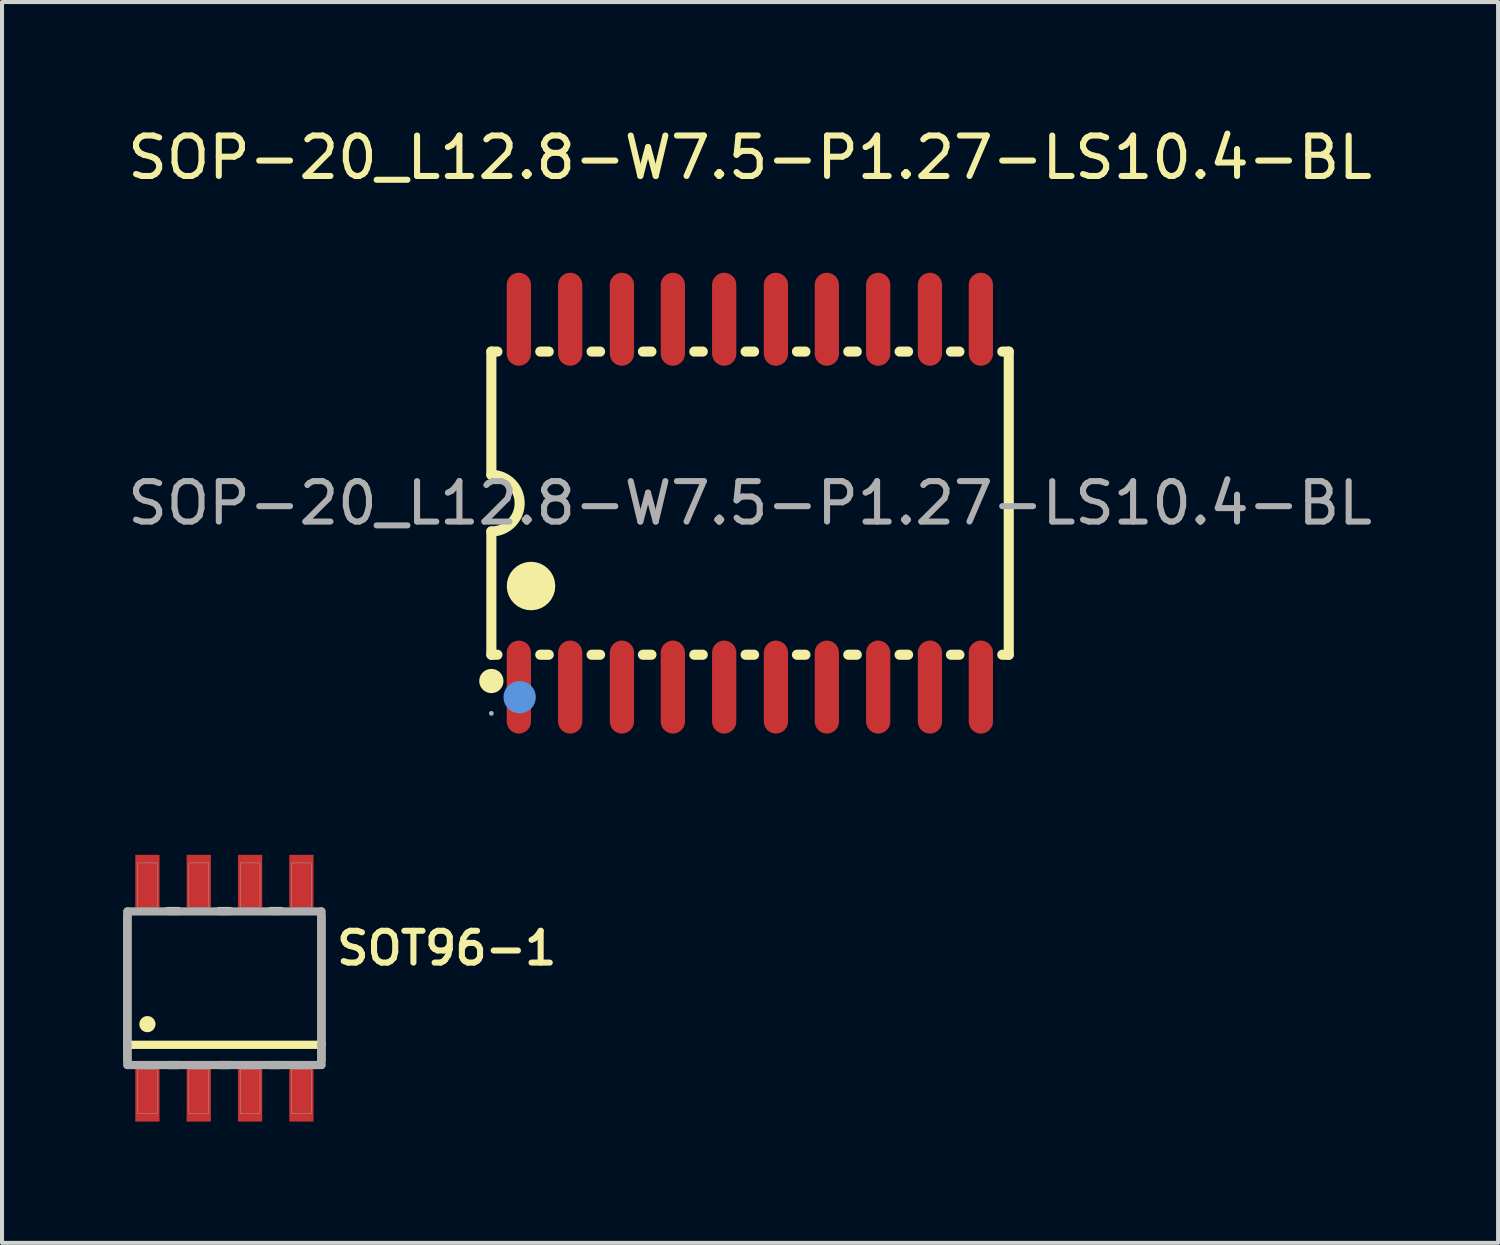
<source format=kicad_pcb>
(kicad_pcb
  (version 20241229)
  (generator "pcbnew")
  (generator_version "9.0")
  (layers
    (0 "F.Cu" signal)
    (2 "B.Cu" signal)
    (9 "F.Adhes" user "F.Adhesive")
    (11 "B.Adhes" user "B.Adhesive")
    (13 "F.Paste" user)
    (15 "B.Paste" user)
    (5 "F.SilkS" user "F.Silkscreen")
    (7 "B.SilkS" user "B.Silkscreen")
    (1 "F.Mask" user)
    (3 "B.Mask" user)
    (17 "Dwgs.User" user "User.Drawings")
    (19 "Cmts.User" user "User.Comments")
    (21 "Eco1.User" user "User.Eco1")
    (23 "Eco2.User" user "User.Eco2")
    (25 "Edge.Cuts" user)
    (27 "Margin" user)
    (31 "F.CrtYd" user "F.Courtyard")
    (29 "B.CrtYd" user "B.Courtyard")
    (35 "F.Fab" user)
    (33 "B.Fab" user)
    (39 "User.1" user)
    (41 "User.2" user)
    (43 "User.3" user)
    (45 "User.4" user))
  (footprint "SOP-20_L12.8-W7.5-P1.27-LS10.4-BL"
    (layer "F.Cu")
    (at 15.506 9.398)
    (property "Reference" "SOP-20_L12.8-W7.5-P1.27-LS10.4-BL" (at 0 -8.55 0) (layer "F.SilkS") (effects (font (size 1 1) (thickness 0.15))))
    (attr smd)
    (fp_line (start -6.4 -3.75) (end -6.4 -0.7) (stroke (width 0.25) (type solid)) (layer "F.SilkS"))
    (fp_line (start -6.4 -3.75) (end -6.25 -3.75) (stroke (width 0.25) (type solid)) (layer "F.SilkS"))
    (fp_line (start -6.4 3.75) (end -6.4 0.7) (stroke (width 0.25) (type solid)) (layer "F.SilkS"))
    (fp_line (start -6.25 3.75) (end -6.4 3.75) (stroke (width 0.25) (type solid)) (layer "F.SilkS"))
    (fp_line (start -5.19 -3.75) (end -4.98 -3.75) (stroke (width 0.25) (type solid)) (layer "F.SilkS"))
    (fp_line (start -4.98 3.75) (end -5.19 3.75) (stroke (width 0.25) (type solid)) (layer "F.SilkS"))
    (fp_line (start -3.92 -3.75) (end -3.71 -3.75) (stroke (width 0.25) (type solid)) (layer "F.SilkS"))
    (fp_line (start -3.71 3.75) (end -3.92 3.75) (stroke (width 0.25) (type solid)) (layer "F.SilkS"))
    (fp_line (start -2.65 -3.75) (end -2.44 -3.75) (stroke (width 0.25) (type solid)) (layer "F.SilkS"))
    (fp_line (start -2.44 3.75) (end -2.65 3.75) (stroke (width 0.25) (type solid)) (layer "F.SilkS"))
    (fp_line (start -1.38 -3.75) (end -1.17 -3.75) (stroke (width 0.25) (type solid)) (layer "F.SilkS"))
    (fp_line (start -1.17 3.75) (end -1.38 3.75) (stroke (width 0.25) (type solid)) (layer "F.SilkS"))
    (fp_line (start -0.11 -3.75) (end 0.1 -3.75) (stroke (width 0.25) (type solid)) (layer "F.SilkS"))
    (fp_line (start 0.1 3.75) (end -0.11 3.75) (stroke (width 0.25) (type solid)) (layer "F.SilkS"))
    (fp_line (start 1.16 -3.75) (end 1.37 -3.75) (stroke (width 0.25) (type solid)) (layer "F.SilkS"))
    (fp_line (start 1.37 3.75) (end 1.16 3.75) (stroke (width 0.25) (type solid)) (layer "F.SilkS"))
    (fp_line (start 2.43 -3.75) (end 2.64 -3.75) (stroke (width 0.25) (type solid)) (layer "F.SilkS"))
    (fp_line (start 2.64 3.75) (end 2.43 3.75) (stroke (width 0.25) (type solid)) (layer "F.SilkS"))
    (fp_line (start 3.7 -3.75) (end 3.91 -3.75) (stroke (width 0.25) (type solid)) (layer "F.SilkS"))
    (fp_line (start 3.91 3.75) (end 3.7 3.75) (stroke (width 0.25) (type solid)) (layer "F.SilkS"))
    (fp_line (start 4.97 -3.75) (end 5.18 -3.75) (stroke (width 0.25) (type solid)) (layer "F.SilkS"))
    (fp_line (start 5.18 3.75) (end 4.97 3.75) (stroke (width 0.25) (type solid)) (layer "F.SilkS"))
    (fp_line (start 6.24 -3.75) (end 6.4 -3.75) (stroke (width 0.25) (type solid)) (layer "F.SilkS"))
    (fp_line (start 6.4 -3.75) (end 6.4 3.75) (stroke (width 0.25) (type solid)) (layer "F.SilkS"))
    (fp_line (start 6.4 3.75) (end 6.24 3.75) (stroke (width 0.25) (type solid)) (layer "F.SilkS"))
    (fp_arc (start -6.4 -0.7) (mid -5.7 0) (end -6.4 0.7) (stroke (width 0.25) (type solid)) (layer "F.SilkS"))
    (fp_arc (start -6.4 4.4) (mid -6.4 4.4) (end -6.4 4.4) (stroke (width 0.3) (type solid)) (layer "F.SilkS"))
    (fp_arc (start -5.42 1.75) (mid -5.415 2.349958) (end -5.429999 1.750167) (stroke (width 0.6) (type solid)) (layer "F.SilkS"))
    (fp_circle (center -5.7 4.8) (end -5.5 4.8) (stroke (width 0.4) (type solid)) (fill no) (layer "Cmts.User"))
    (fp_circle (center -6.4 5.2) (end -6.37 5.2) (stroke (width 0.06) (type solid)) (fill no) (layer "F.Fab"))
    (fp_text user "${REFERENCE}" (at 0 0 0) (layer "F.Fab") (effects (font (size 1 1) (thickness 0.15))))
    (pad "1" smd oval (at -5.72 4.55 180) (size 0.6 2.3) (layers "F.Cu" "F.Mask" "F.Paste"))
    (pad "2" smd oval (at -4.45 4.55 180) (size 0.6 2.3) (layers "F.Cu" "F.Mask" "F.Paste"))
    (pad "3" smd oval (at -3.17 4.55 180) (size 0.6 2.3) (layers "F.Cu" "F.Mask" "F.Paste"))
    (pad "4" smd oval (at -1.91 4.55 180) (size 0.6 2.3) (layers "F.Cu" "F.Mask" "F.Paste"))
    (pad "5" smd oval (at -0.64 4.55 180) (size 0.6 2.3) (layers "F.Cu" "F.Mask" "F.Paste"))
    (pad "6" smd oval (at 0.64 4.55 180) (size 0.6 2.3) (layers "F.Cu" "F.Mask" "F.Paste"))
    (pad "7" smd oval (at 1.9 4.55 180) (size 0.6 2.3) (layers "F.Cu" "F.Mask" "F.Paste"))
    (pad "8" smd oval (at 3.17 4.55 180) (size 0.6 2.3) (layers "F.Cu" "F.Mask" "F.Paste"))
    (pad "9" smd oval (at 4.45 4.55 180) (size 0.6 2.3) (layers "F.Cu" "F.Mask" "F.Paste"))
    (pad "10" smd oval (at 5.71 4.55 180) (size 0.6 2.3) (layers "F.Cu" "F.Mask" "F.Paste"))
    (pad "11" smd oval (at 5.71 -4.55 180) (size 0.6 2.3) (layers "F.Cu" "F.Mask" "F.Paste"))
    (pad "12" smd oval (at 4.45 -4.55 180) (size 0.6 2.3) (layers "F.Cu" "F.Mask" "F.Paste"))
    (pad "13" smd oval (at 3.17 -4.55 180) (size 0.6 2.3) (layers "F.Cu" "F.Mask" "F.Paste"))
    (pad "14" smd oval (at 1.9 -4.55 180) (size 0.6 2.3) (layers "F.Cu" "F.Mask" "F.Paste"))
    (pad "15" smd oval (at 0.64 -4.55 180) (size 0.6 2.3) (layers "F.Cu" "F.Mask" "F.Paste"))
    (pad "16" smd oval (at -0.64 -4.55 180) (size 0.6 2.3) (layers "F.Cu" "F.Mask" "F.Paste"))
    (pad "17" smd oval (at -1.91 -4.55 180) (size 0.6 2.3) (layers "F.Cu" "F.Mask" "F.Paste"))
    (pad "18" smd oval (at -3.17 -4.55 180) (size 0.6 2.3) (layers "F.Cu" "F.Mask" "F.Paste"))
    (pad "19" smd oval (at -4.45 -4.55 180) (size 0.6 2.3) (layers "F.Cu" "F.Mask" "F.Paste"))
    (pad "20" smd oval (at -5.72 -4.55 180) (size 0.6 2.3) (layers "F.Cu" "F.Mask" "F.Paste")))
  (footprint "SOT96-1"
    (layer "F.Cu")
    (at 2.502 21.398)
    (property "Reference" "SOT96-1" (at 5.5 -0.99 0) (layer "F.SilkS") (effects (font (size 0.787 0.787) (thickness 0.15))))
    (attr smd)
    (fp_line (start -2.4 1.4) (end -2.4 -1.8) (stroke (width 0.203) (type solid)) (layer "F.SilkS"))
    (fp_line (start -2.4 1.4) (end -2.4 1.8) (stroke (width 0.203) (type solid)) (layer "F.SilkS"))
    (fp_line (start -1.397 -1.91) (end -1.143 -1.91) (stroke (width 0.203) (type solid)) (layer "F.SilkS"))
    (fp_line (start -1.397 1.9) (end -1.143 1.9) (stroke (width 0.203) (type solid)) (layer "F.SilkS"))
    (fp_line (start -0.127 -1.91) (end 0.127 -1.91) (stroke (width 0.203) (type solid)) (layer "F.SilkS"))
    (fp_line (start -0.127 1.9) (end 0.127 1.9) (stroke (width 0.203) (type solid)) (layer "F.SilkS"))
    (fp_line (start 1.143 -1.91) (end 1.397 -1.91) (stroke (width 0.203) (type solid)) (layer "F.SilkS"))
    (fp_line (start 1.143 1.9) (end 1.397 1.9) (stroke (width 0.203) (type solid)) (layer "F.SilkS"))
    (fp_line (start 2.4 -1.8) (end 2.4 1.4) (stroke (width 0.203) (type solid)) (layer "F.SilkS"))
    (fp_line (start 2.4 1.4) (end -2.4 1.4) (stroke (width 0.203) (type solid)) (layer "F.SilkS"))
    (fp_line (start 2.4 1.4) (end 2.4 1.8) (stroke (width 0.203) (type solid)) (layer "F.SilkS"))
    (fp_circle (center -1.905 0.889) (end -1.705 0.889) (stroke (width 0) (type solid)) (fill yes) (layer "F.SilkS"))
    (fp_line (start -2.4 -1.9) (end 2.4 -1.9) (stroke (width 0.203) (type solid)) (layer "F.Fab"))
    (fp_line (start -2.4 1.4) (end -2.4 -1.9) (stroke (width 0.203) (type solid)) (layer "F.Fab"))
    (fp_line (start -2.4 1.9) (end -2.4 1.4) (stroke (width 0.203) (type solid)) (layer "F.Fab"))
    (fp_line (start 2.4 -1.9) (end 2.4 1.4) (stroke (width 0.203) (type solid)) (layer "F.Fab"))
    (fp_line (start 2.4 1.4) (end 2.4 1.9) (stroke (width 0.203) (type solid)) (layer "F.Fab"))
    (fp_line (start 2.4 1.9) (end -2.4 1.9) (stroke (width 0.203) (type solid)) (layer "F.Fab"))
    (fp_poly (pts (xy -2.15 -3.1) (xy -1.66 -3.1) (xy -1.66 -2) (xy -2.15 -2)) (stroke (width 0.01) (type solid)) (fill no) (layer "F.Fab"))
    (fp_poly (pts (xy -2.15 2) (xy -1.66 2) (xy -1.66 3.1) (xy -2.15 3.1)) (stroke (width 0.01) (type solid)) (fill no) (layer "F.Fab"))
    (fp_poly (pts (xy -0.88 -3.1) (xy -0.39 -3.1) (xy -0.39 -2) (xy -0.88 -2)) (stroke (width 0.01) (type solid)) (fill no) (layer "F.Fab"))
    (fp_poly (pts (xy -0.88 2) (xy -0.39 2) (xy -0.39 3.1) (xy -0.88 3.1)) (stroke (width 0.01) (type solid)) (fill no) (layer "F.Fab"))
    (fp_poly (pts (xy 0.39 -3.1) (xy 0.88 -3.1) (xy 0.88 -2) (xy 0.39 -2)) (stroke (width 0.01) (type solid)) (fill no) (layer "F.Fab"))
    (fp_poly (pts (xy 0.39 2) (xy 0.88 2) (xy 0.88 3.1) (xy 0.39 3.1)) (stroke (width 0.01) (type solid)) (fill no) (layer "F.Fab"))
    (fp_poly (pts (xy 1.66 -3.1) (xy 2.15 -3.1) (xy 2.15 -2) (xy 1.66 -2)) (stroke (width 0.01) (type solid)) (fill no) (layer "F.Fab"))
    (fp_poly (pts (xy 1.66 2) (xy 2.15 2) (xy 2.15 3.1) (xy 1.66 3.1)) (stroke (width 0.01) (type solid)) (fill no) (layer "F.Fab"))
    (pad "1" smd rect (at -1.905 2.65) (size 0.6 1.3) (layers "F.Cu" "F.Mask" "F.Paste"))
    (pad "2" smd rect (at -0.635 2.65) (size 0.6 1.3) (layers "F.Cu" "F.Mask" "F.Paste"))
    (pad "3" smd rect (at 0.635 2.65) (size 0.6 1.3) (layers "F.Cu" "F.Mask" "F.Paste"))
    (pad "4" smd rect (at 1.905 2.65) (size 0.6 1.3) (layers "F.Cu" "F.Mask" "F.Paste"))
    (pad "5" smd rect (at 1.905 -2.65) (size 0.6 1.3) (layers "F.Cu" "F.Mask" "F.Paste"))
    (pad "6" smd rect (at 0.635 -2.65) (size 0.6 1.3) (layers "F.Cu" "F.Mask" "F.Paste"))
    (pad "7" smd rect (at -0.635 -2.65) (size 0.6 1.3) (layers "F.Cu" "F.Mask" "F.Paste"))
    (pad "8" smd rect (at -1.905 -2.65) (size 0.6 1.3) (layers "F.Cu" "F.Mask" "F.Paste")))
  (gr_rect
    (start -3 -3)
    (end 34.012 27.698)
    (stroke (width 0.1) (type default))
    (fill no)
    (layer "Edge.Cuts")))
</source>
